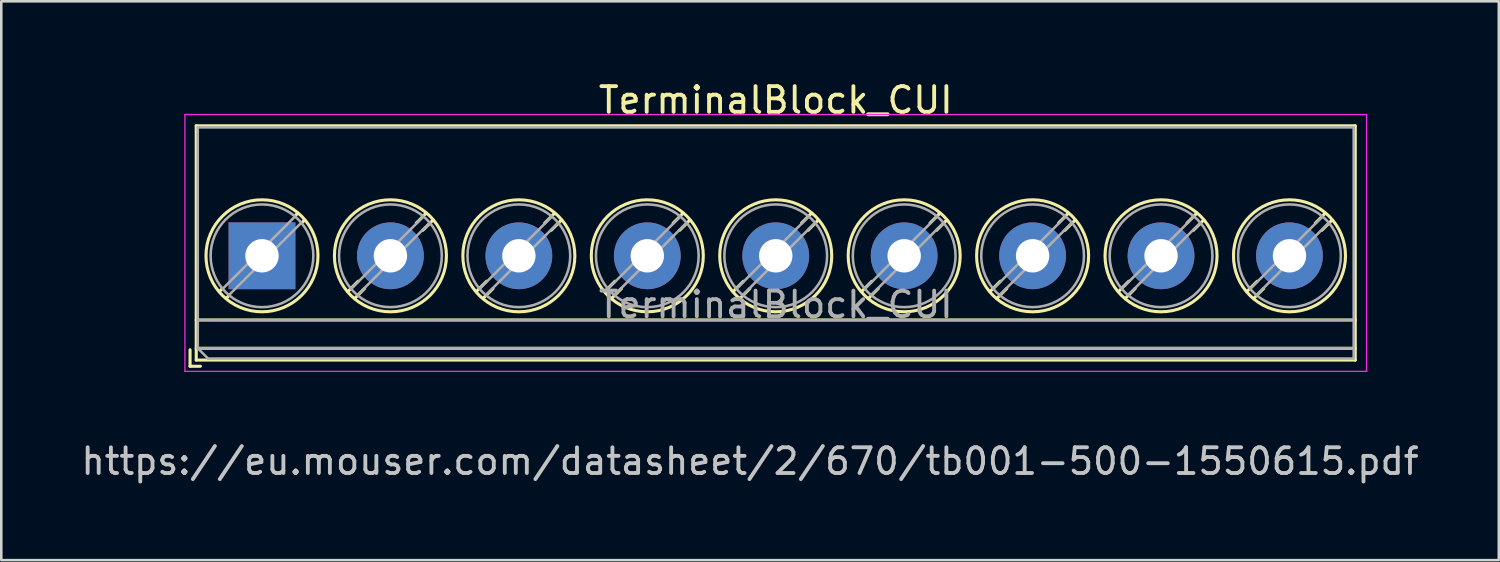
<source format=kicad_pcb>
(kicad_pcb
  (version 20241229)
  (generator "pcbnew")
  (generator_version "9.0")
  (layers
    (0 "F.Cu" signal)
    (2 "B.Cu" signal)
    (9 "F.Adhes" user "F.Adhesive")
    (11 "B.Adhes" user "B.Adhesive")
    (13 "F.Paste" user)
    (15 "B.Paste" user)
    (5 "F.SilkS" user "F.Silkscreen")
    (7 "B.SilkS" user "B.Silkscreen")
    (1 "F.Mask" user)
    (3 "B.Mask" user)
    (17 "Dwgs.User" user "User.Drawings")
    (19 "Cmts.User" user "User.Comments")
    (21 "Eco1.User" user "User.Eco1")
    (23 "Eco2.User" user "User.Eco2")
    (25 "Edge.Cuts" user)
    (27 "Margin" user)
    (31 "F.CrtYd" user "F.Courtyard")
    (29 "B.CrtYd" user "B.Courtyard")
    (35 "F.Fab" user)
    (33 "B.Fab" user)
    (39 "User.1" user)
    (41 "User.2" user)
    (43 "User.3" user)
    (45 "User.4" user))
  (footprint "TerminalBlock_CUI"
    (layer "F.Cu")
    (at 7.149 6.908)
    (property "Reference" "TerminalBlock_CUI" (at 20 -6.06 0) (layer "F.SilkS") (effects (font (size 1 1) (thickness 0.15))))
    (attr through_hole)
    (fp_line (start -2.8 3.66) (end -2.8 4.3) (stroke (width 0.12) (type solid)) (layer "F.SilkS"))
    (fp_line (start -2.8 4.3) (end -2.4 4.3) (stroke (width 0.12) (type solid)) (layer "F.SilkS"))
    (fp_line (start -2.56 -5.06) (end -2.56 4.06) (stroke (width 0.12) (type solid)) (layer "F.SilkS"))
    (fp_line (start -2.56 -5.06) (end 42.56 -5.06) (stroke (width 0.12) (type solid)) (layer "F.SilkS"))
    (fp_line (start -2.56 2.5) (end 42.56 2.5) (stroke (width 0.12) (type solid)) (layer "F.SilkS"))
    (fp_line (start -2.56 3.6) (end 42.56 3.6) (stroke (width 0.12) (type solid)) (layer "F.SilkS"))
    (fp_line (start -2.56 4.06) (end 42.56 4.06) (stroke (width 0.12) (type solid)) (layer "F.SilkS"))
    (fp_line (start -1.548 1.281) (end -1.654 1.388) (stroke (width 0.12) (type solid)) (layer "F.SilkS"))
    (fp_line (start -1.282 1.547) (end -1.388 1.654) (stroke (width 0.12) (type solid)) (layer "F.SilkS"))
    (fp_line (start 1.388 -1.654) (end 1.281 -1.547) (stroke (width 0.12) (type solid)) (layer "F.SilkS"))
    (fp_line (start 1.654 -1.388) (end 1.547 -1.281) (stroke (width 0.12) (type solid)) (layer "F.SilkS"))
    (fp_line (start 3.742 0.992) (end 3.347 1.388) (stroke (width 0.12) (type solid)) (layer "F.SilkS"))
    (fp_line (start 3.993 1.274) (end 3.613 1.654) (stroke (width 0.12) (type solid)) (layer "F.SilkS"))
    (fp_line (start 6.388 -1.654) (end 6.008 -1.274) (stroke (width 0.12) (type solid)) (layer "F.SilkS"))
    (fp_line (start 6.654 -1.388) (end 6.259 -0.992) (stroke (width 0.12) (type solid)) (layer "F.SilkS"))
    (fp_line (start 8.742 0.992) (end 8.347 1.388) (stroke (width 0.12) (type solid)) (layer "F.SilkS"))
    (fp_line (start 8.993 1.274) (end 8.613 1.654) (stroke (width 0.12) (type solid)) (layer "F.SilkS"))
    (fp_line (start 11.388 -1.654) (end 11.008 -1.274) (stroke (width 0.12) (type solid)) (layer "F.SilkS"))
    (fp_line (start 11.654 -1.388) (end 11.259 -0.992) (stroke (width 0.12) (type solid)) (layer "F.SilkS"))
    (fp_line (start 13.742 0.992) (end 13.347 1.388) (stroke (width 0.12) (type solid)) (layer "F.SilkS"))
    (fp_line (start 13.993 1.274) (end 13.613 1.654) (stroke (width 0.12) (type solid)) (layer "F.SilkS"))
    (fp_line (start 16.388 -1.654) (end 16.008 -1.274) (stroke (width 0.12) (type solid)) (layer "F.SilkS"))
    (fp_line (start 16.654 -1.388) (end 16.259 -0.992) (stroke (width 0.12) (type solid)) (layer "F.SilkS"))
    (fp_line (start 18.742 0.992) (end 18.347 1.388) (stroke (width 0.12) (type solid)) (layer "F.SilkS"))
    (fp_line (start 18.993 1.274) (end 18.613 1.654) (stroke (width 0.12) (type solid)) (layer "F.SilkS"))
    (fp_line (start 21.388 -1.654) (end 21.008 -1.274) (stroke (width 0.12) (type solid)) (layer "F.SilkS"))
    (fp_line (start 21.654 -1.388) (end 21.259 -0.992) (stroke (width 0.12) (type solid)) (layer "F.SilkS"))
    (fp_line (start 23.742 0.992) (end 23.347 1.388) (stroke (width 0.12) (type solid)) (layer "F.SilkS"))
    (fp_line (start 23.993 1.274) (end 23.613 1.654) (stroke (width 0.12) (type solid)) (layer "F.SilkS"))
    (fp_line (start 26.388 -1.654) (end 26.008 -1.274) (stroke (width 0.12) (type solid)) (layer "F.SilkS"))
    (fp_line (start 26.654 -1.388) (end 26.259 -0.992) (stroke (width 0.12) (type solid)) (layer "F.SilkS"))
    (fp_line (start 28.742 0.992) (end 28.347 1.388) (stroke (width 0.12) (type solid)) (layer "F.SilkS"))
    (fp_line (start 28.993 1.274) (end 28.613 1.654) (stroke (width 0.12) (type solid)) (layer "F.SilkS"))
    (fp_line (start 31.388 -1.654) (end 31.008 -1.274) (stroke (width 0.12) (type solid)) (layer "F.SilkS"))
    (fp_line (start 31.654 -1.388) (end 31.259 -0.992) (stroke (width 0.12) (type solid)) (layer "F.SilkS"))
    (fp_line (start 33.742 0.992) (end 33.347 1.388) (stroke (width 0.12) (type solid)) (layer "F.SilkS"))
    (fp_line (start 33.993 1.274) (end 33.613 1.654) (stroke (width 0.12) (type solid)) (layer "F.SilkS"))
    (fp_line (start 36.388 -1.654) (end 36.008 -1.274) (stroke (width 0.12) (type solid)) (layer "F.SilkS"))
    (fp_line (start 36.654 -1.388) (end 36.259 -0.992) (stroke (width 0.12) (type solid)) (layer "F.SilkS"))
    (fp_line (start 38.742 0.992) (end 38.347 1.388) (stroke (width 0.12) (type solid)) (layer "F.SilkS"))
    (fp_line (start 38.993 1.274) (end 38.613 1.654) (stroke (width 0.12) (type solid)) (layer "F.SilkS"))
    (fp_line (start 41.388 -1.654) (end 41.008 -1.274) (stroke (width 0.12) (type solid)) (layer "F.SilkS"))
    (fp_line (start 41.654 -1.388) (end 41.259 -0.992) (stroke (width 0.12) (type solid)) (layer "F.SilkS"))
    (fp_line (start 42.56 -5.06) (end 42.56 4.06) (stroke (width 0.12) (type solid)) (layer "F.SilkS"))
    (fp_circle (center 0 0) (end 2.18 0) (stroke (width 0.12) (type solid)) (fill no) (layer "F.SilkS"))
    (fp_circle (center 5 0) (end 7.18 0) (stroke (width 0.12) (type solid)) (fill no) (layer "F.SilkS"))
    (fp_circle (center 10 0) (end 12.18 0) (stroke (width 0.12) (type solid)) (fill no) (layer "F.SilkS"))
    (fp_circle (center 15 0) (end 17.18 0) (stroke (width 0.12) (type solid)) (fill no) (layer "F.SilkS"))
    (fp_circle (center 20 0) (end 22.18 0) (stroke (width 0.12) (type solid)) (fill no) (layer "F.SilkS"))
    (fp_circle (center 25 0) (end 27.18 0) (stroke (width 0.12) (type solid)) (fill no) (layer "F.SilkS"))
    (fp_circle (center 30 0) (end 32.18 0) (stroke (width 0.12) (type solid)) (fill no) (layer "F.SilkS"))
    (fp_circle (center 35 0) (end 37.18 0) (stroke (width 0.12) (type solid)) (fill no) (layer "F.SilkS"))
    (fp_circle (center 40 0) (end 42.18 0) (stroke (width 0.12) (type solid)) (fill no) (layer "F.SilkS"))
    (fp_line (start -3 -5.5) (end -3 4.5) (stroke (width 0.05) (type solid)) (layer "F.CrtYd"))
    (fp_line (start -3 4.5) (end 43 4.5) (stroke (width 0.05) (type solid)) (layer "F.CrtYd"))
    (fp_line (start 43 -5.5) (end -3 -5.5) (stroke (width 0.05) (type solid)) (layer "F.CrtYd"))
    (fp_line (start 43 4.5) (end 43 -5.5) (stroke (width 0.05) (type solid)) (layer "F.CrtYd"))
    (fp_line (start -2.5 -5) (end 42.5 -5) (stroke (width 0.1) (type solid)) (layer "F.Fab"))
    (fp_line (start -2.5 2.5) (end 42.5 2.5) (stroke (width 0.1) (type solid)) (layer "F.Fab"))
    (fp_line (start -2.5 3.6) (end -2.5 -5) (stroke (width 0.1) (type solid)) (layer "F.Fab"))
    (fp_line (start -2.5 3.6) (end 42.5 3.6) (stroke (width 0.1) (type solid)) (layer "F.Fab"))
    (fp_line (start -2.1 4) (end -2.5 3.6) (stroke (width 0.1) (type solid)) (layer "F.Fab"))
    (fp_line (start 1.273 -1.517) (end -1.517 1.273) (stroke (width 0.1) (type solid)) (layer "F.Fab"))
    (fp_line (start 1.517 -1.273) (end -1.273 1.517) (stroke (width 0.1) (type solid)) (layer "F.Fab"))
    (fp_line (start 6.273 -1.517) (end 3.484 1.273) (stroke (width 0.1) (type solid)) (layer "F.Fab"))
    (fp_line (start 6.517 -1.273) (end 3.728 1.517) (stroke (width 0.1) (type solid)) (layer "F.Fab"))
    (fp_line (start 11.273 -1.517) (end 8.484 1.273) (stroke (width 0.1) (type solid)) (layer "F.Fab"))
    (fp_line (start 11.517 -1.273) (end 8.728 1.517) (stroke (width 0.1) (type solid)) (layer "F.Fab"))
    (fp_line (start 16.273 -1.517) (end 13.484 1.273) (stroke (width 0.1) (type solid)) (layer "F.Fab"))
    (fp_line (start 16.517 -1.273) (end 13.728 1.517) (stroke (width 0.1) (type solid)) (layer "F.Fab"))
    (fp_line (start 21.273 -1.517) (end 18.484 1.273) (stroke (width 0.1) (type solid)) (layer "F.Fab"))
    (fp_line (start 21.517 -1.273) (end 18.728 1.517) (stroke (width 0.1) (type solid)) (layer "F.Fab"))
    (fp_line (start 26.273 -1.517) (end 23.484 1.273) (stroke (width 0.1) (type solid)) (layer "F.Fab"))
    (fp_line (start 26.517 -1.273) (end 23.728 1.517) (stroke (width 0.1) (type solid)) (layer "F.Fab"))
    (fp_line (start 31.273 -1.517) (end 28.484 1.273) (stroke (width 0.1) (type solid)) (layer "F.Fab"))
    (fp_line (start 31.517 -1.273) (end 28.728 1.517) (stroke (width 0.1) (type solid)) (layer "F.Fab"))
    (fp_line (start 36.273 -1.517) (end 33.484 1.273) (stroke (width 0.1) (type solid)) (layer "F.Fab"))
    (fp_line (start 36.517 -1.273) (end 33.728 1.517) (stroke (width 0.1) (type solid)) (layer "F.Fab"))
    (fp_line (start 41.273 -1.517) (end 38.484 1.273) (stroke (width 0.1) (type solid)) (layer "F.Fab"))
    (fp_line (start 41.517 -1.273) (end 38.728 1.517) (stroke (width 0.1) (type solid)) (layer "F.Fab"))
    (fp_line (start 42.5 -5) (end 42.5 4) (stroke (width 0.1) (type solid)) (layer "F.Fab"))
    (fp_line (start 42.5 4) (end -2.1 4) (stroke (width 0.1) (type solid)) (layer "F.Fab"))
    (fp_circle (center 0 0) (end 2 0) (stroke (width 0.1) (type solid)) (fill no) (layer "F.Fab"))
    (fp_circle (center 5 0) (end 7 0) (stroke (width 0.1) (type solid)) (fill no) (layer "F.Fab"))
    (fp_circle (center 10 0) (end 12 0) (stroke (width 0.1) (type solid)) (fill no) (layer "F.Fab"))
    (fp_circle (center 15 0) (end 17 0) (stroke (width 0.1) (type solid)) (fill no) (layer "F.Fab"))
    (fp_circle (center 20 0) (end 22 0) (stroke (width 0.1) (type solid)) (fill no) (layer "F.Fab"))
    (fp_circle (center 25 0) (end 27 0) (stroke (width 0.1) (type solid)) (fill no) (layer "F.Fab"))
    (fp_circle (center 30 0) (end 32 0) (stroke (width 0.1) (type solid)) (fill no) (layer "F.Fab"))
    (fp_circle (center 35 0) (end 37 0) (stroke (width 0.1) (type solid)) (fill no) (layer "F.Fab"))
    (fp_circle (center 40 0) (end 42 0) (stroke (width 0.1) (type solid)) (fill no) (layer "F.Fab"))
    (fp_text user "https://eu.mouser.com/datasheet/2/670/tb001-500-1550615.pdf" (at 19 8 0) (layer "Dwgs.User") (effects (font (size 1 1) (thickness 0.15))))
    (fp_text user "${REFERENCE}" (at 20 1.9 0) (layer "F.Fab") (effects (font (size 1 1) (thickness 0.15))))
    (pad "1" thru_hole rect (at 0 0) (size 2.6 2.6) (drill 1.3) (layers "*.Cu" "*.Mask"))
    (pad "2" thru_hole circle (at 5 0) (size 2.6 2.6) (drill 1.3) (layers "*.Cu" "*.Mask"))
    (pad "3" thru_hole circle (at 10 0) (size 2.6 2.6) (drill 1.3) (layers "*.Cu" "*.Mask"))
    (pad "4" thru_hole circle (at 15 0) (size 2.6 2.6) (drill 1.3) (layers "*.Cu" "*.Mask"))
    (pad "5" thru_hole circle (at 20 0) (size 2.6 2.6) (drill 1.3) (layers "*.Cu" "*.Mask"))
    (pad "6" thru_hole circle (at 25 0) (size 2.6 2.6) (drill 1.3) (layers "*.Cu" "*.Mask"))
    (pad "7" thru_hole circle (at 30 0) (size 2.6 2.6) (drill 1.3) (layers "*.Cu" "*.Mask"))
    (pad "8" thru_hole circle (at 35 0) (size 2.6 2.6) (drill 1.3) (layers "*.Cu" "*.Mask"))
    (pad "9" thru_hole circle (at 40 0) (size 2.6 2.6) (drill 1.3) (layers "*.Cu" "*.Mask")))
  (gr_rect
    (start -3 -3)
    (end 55.298 18.756)
    (stroke (width 0.1) (type default))
    (fill no)
    (layer "Edge.Cuts")))
</source>
